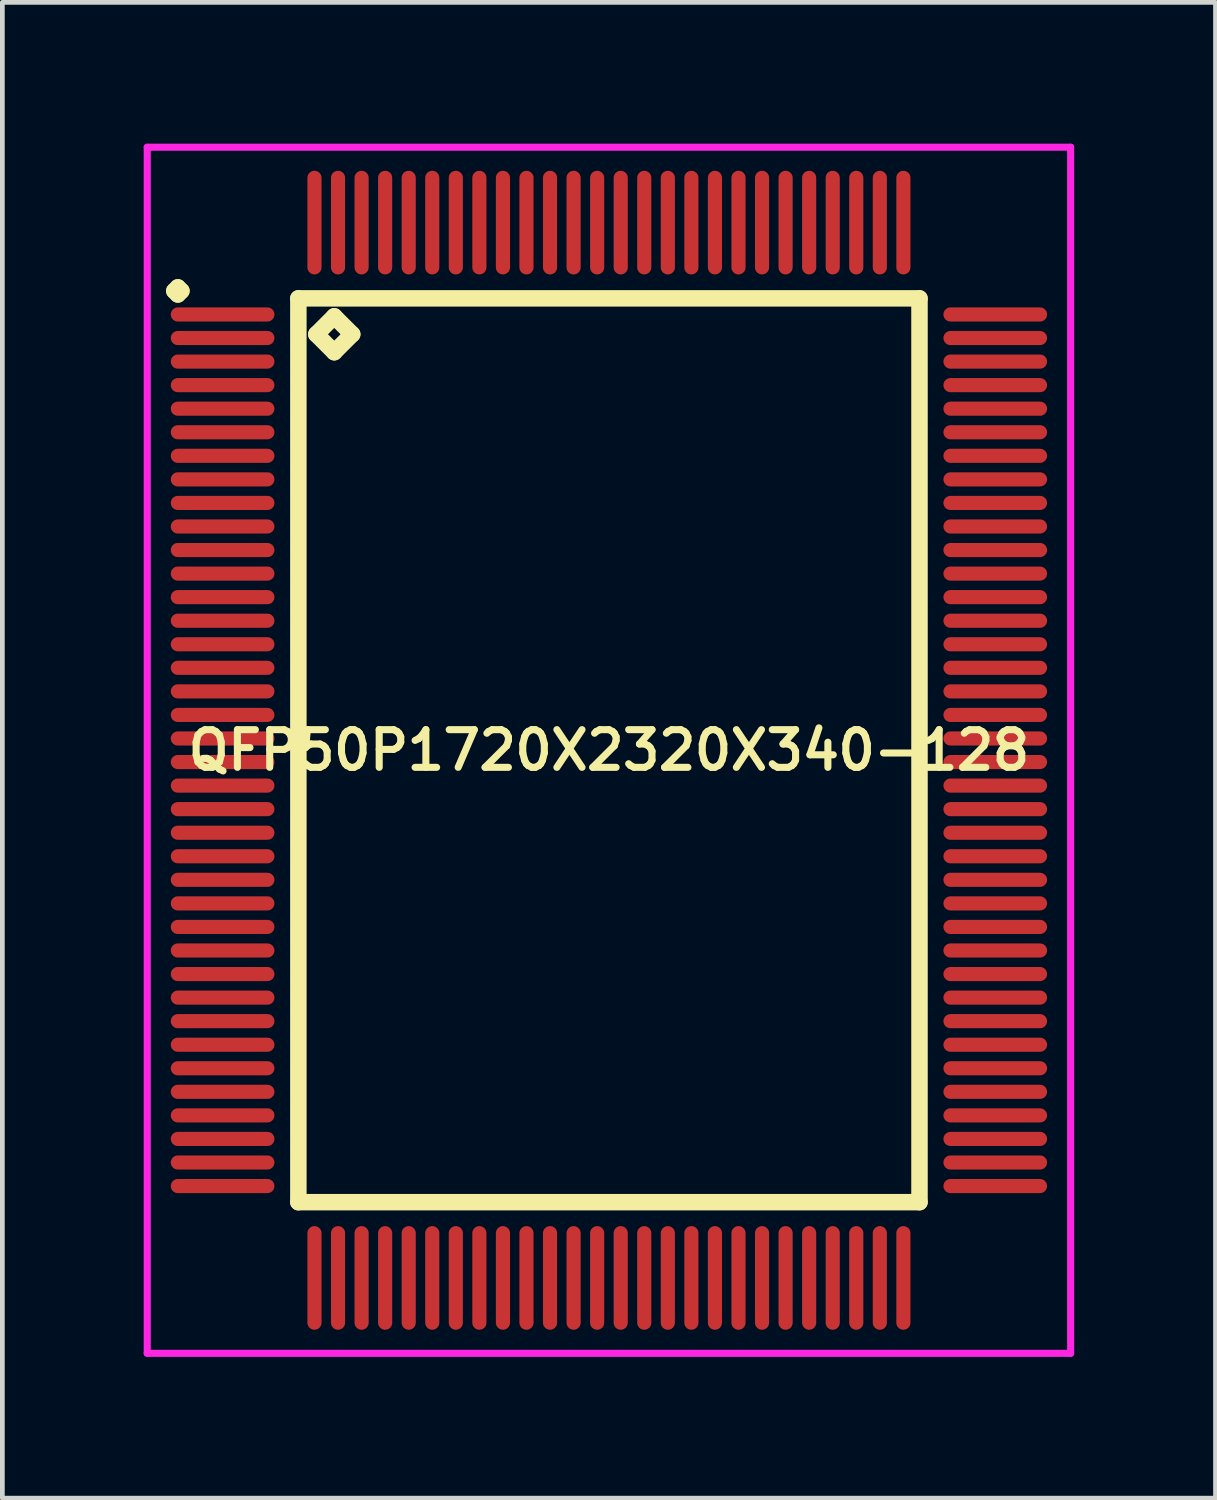
<source format=kicad_pcb>
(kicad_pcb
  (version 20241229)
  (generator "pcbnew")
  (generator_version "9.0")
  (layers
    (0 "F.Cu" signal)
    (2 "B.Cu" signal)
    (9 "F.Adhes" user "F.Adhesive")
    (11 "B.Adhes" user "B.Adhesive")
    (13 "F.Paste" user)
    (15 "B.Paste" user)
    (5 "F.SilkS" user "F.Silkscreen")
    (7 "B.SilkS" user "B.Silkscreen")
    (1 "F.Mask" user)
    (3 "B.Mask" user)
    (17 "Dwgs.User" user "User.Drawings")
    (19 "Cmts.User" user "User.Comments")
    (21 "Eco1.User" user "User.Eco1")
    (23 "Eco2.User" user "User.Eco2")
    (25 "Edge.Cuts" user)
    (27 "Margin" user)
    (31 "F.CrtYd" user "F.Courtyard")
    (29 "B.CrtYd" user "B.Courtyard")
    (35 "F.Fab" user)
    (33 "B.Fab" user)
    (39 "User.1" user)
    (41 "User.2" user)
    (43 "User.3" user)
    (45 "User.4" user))
  (footprint "QFP50P1720X2320X340-128"
    (layer "F.Cu")
    (at 9.875 12.875)
    (property "Reference" "QFP50P1720X2320X340-128" (at 0 0 0) (layer "F.SilkS") (effects (font (size 0.8 0.8) (thickness 0.15))))
    (attr through_hole)
    (fp_line (start -9.225 -9.75) (end -9.15 -9.825) (stroke (width 0.35) (type solid)) (layer "F.SilkS"))
    (fp_line (start -9.15 -9.825) (end -9.075 -9.75) (stroke (width 0.35) (type solid)) (layer "F.SilkS"))
    (fp_line (start -9.15 -9.675) (end -9.225 -9.75) (stroke (width 0.35) (type solid)) (layer "F.SilkS"))
    (fp_line (start -9.075 -9.75) (end -9.15 -9.675) (stroke (width 0.35) (type solid)) (layer "F.SilkS"))
    (fp_line (start -6.592 -9.592) (end -6.592 9.592) (stroke (width 0.35) (type solid)) (layer "F.SilkS"))
    (fp_line (start -6.592 9.592) (end 6.592 9.592) (stroke (width 0.35) (type solid)) (layer "F.SilkS"))
    (fp_line (start -6.211 -8.83) (end -5.83 -9.211) (stroke (width 0.35) (type solid)) (layer "F.SilkS"))
    (fp_line (start -5.83 -9.211) (end -5.449 -8.83) (stroke (width 0.35) (type solid)) (layer "F.SilkS"))
    (fp_line (start -5.83 -8.449) (end -6.211 -8.83) (stroke (width 0.35) (type solid)) (layer "F.SilkS"))
    (fp_line (start -5.449 -8.83) (end -5.83 -8.449) (stroke (width 0.35) (type solid)) (layer "F.SilkS"))
    (fp_line (start 6.592 -9.592) (end -6.592 -9.592) (stroke (width 0.35) (type solid)) (layer "F.SilkS"))
    (fp_line (start 6.592 9.592) (end 6.592 -9.592) (stroke (width 0.35) (type solid)) (layer "F.SilkS"))
    (fp_line (start -9.8 -12.8) (end 9.8 -12.8) (stroke (width 0.15) (type solid)) (layer "F.CrtYd"))
    (fp_line (start -9.8 12.8) (end -9.8 -12.8) (stroke (width 0.15) (type solid)) (layer "F.CrtYd"))
    (fp_line (start 9.8 -12.8) (end 9.8 12.8) (stroke (width 0.15) (type solid)) (layer "F.CrtYd"))
    (fp_line (start 9.8 12.8) (end -9.8 12.8) (stroke (width 0.15) (type solid)) (layer "F.CrtYd"))
    (pad "1" smd oval (at -8.2 -9.25) (size 2.2 0.3) (layers "F.Cu" "F.Mask" "F.Paste"))
    (pad "2" smd oval (at -8.2 -8.75) (size 2.2 0.3) (layers "F.Cu" "F.Mask" "F.Paste"))
    (pad "3" smd oval (at -8.2 -8.25) (size 2.2 0.3) (layers "F.Cu" "F.Mask" "F.Paste"))
    (pad "4" smd oval (at -8.2 -7.75) (size 2.2 0.3) (layers "F.Cu" "F.Mask" "F.Paste"))
    (pad "5" smd oval (at -8.2 -7.25) (size 2.2 0.3) (layers "F.Cu" "F.Mask" "F.Paste"))
    (pad "6" smd oval (at -8.2 -6.75) (size 2.2 0.3) (layers "F.Cu" "F.Mask" "F.Paste"))
    (pad "7" smd oval (at -8.2 -6.25) (size 2.2 0.3) (layers "F.Cu" "F.Mask" "F.Paste"))
    (pad "8" smd oval (at -8.2 -5.75) (size 2.2 0.3) (layers "F.Cu" "F.Mask" "F.Paste"))
    (pad "9" smd oval (at -8.2 -5.25) (size 2.2 0.3) (layers "F.Cu" "F.Mask" "F.Paste"))
    (pad "10" smd oval (at -8.2 -4.75) (size 2.2 0.3) (layers "F.Cu" "F.Mask" "F.Paste"))
    (pad "11" smd oval (at -8.2 -4.25) (size 2.2 0.3) (layers "F.Cu" "F.Mask" "F.Paste"))
    (pad "12" smd oval (at -8.2 -3.75) (size 2.2 0.3) (layers "F.Cu" "F.Mask" "F.Paste"))
    (pad "13" smd oval (at -8.2 -3.25) (size 2.2 0.3) (layers "F.Cu" "F.Mask" "F.Paste"))
    (pad "14" smd oval (at -8.2 -2.75) (size 2.2 0.3) (layers "F.Cu" "F.Mask" "F.Paste"))
    (pad "15" smd oval (at -8.2 -2.25) (size 2.2 0.3) (layers "F.Cu" "F.Mask" "F.Paste"))
    (pad "16" smd oval (at -8.2 -1.75) (size 2.2 0.3) (layers "F.Cu" "F.Mask" "F.Paste"))
    (pad "17" smd oval (at -8.2 -1.25) (size 2.2 0.3) (layers "F.Cu" "F.Mask" "F.Paste"))
    (pad "18" smd oval (at -8.2 -0.75) (size 2.2 0.3) (layers "F.Cu" "F.Mask" "F.Paste"))
    (pad "19" smd oval (at -8.2 -0.25) (size 2.2 0.3) (layers "F.Cu" "F.Mask" "F.Paste"))
    (pad "20" smd oval (at -8.2 0.25) (size 2.2 0.3) (layers "F.Cu" "F.Mask" "F.Paste"))
    (pad "21" smd oval (at -8.2 0.75) (size 2.2 0.3) (layers "F.Cu" "F.Mask" "F.Paste"))
    (pad "22" smd oval (at -8.2 1.25) (size 2.2 0.3) (layers "F.Cu" "F.Mask" "F.Paste"))
    (pad "23" smd oval (at -8.2 1.75) (size 2.2 0.3) (layers "F.Cu" "F.Mask" "F.Paste"))
    (pad "24" smd oval (at -8.2 2.25) (size 2.2 0.3) (layers "F.Cu" "F.Mask" "F.Paste"))
    (pad "25" smd oval (at -8.2 2.75) (size 2.2 0.3) (layers "F.Cu" "F.Mask" "F.Paste"))
    (pad "26" smd oval (at -8.2 3.25) (size 2.2 0.3) (layers "F.Cu" "F.Mask" "F.Paste"))
    (pad "27" smd oval (at -8.2 3.75) (size 2.2 0.3) (layers "F.Cu" "F.Mask" "F.Paste"))
    (pad "28" smd oval (at -8.2 4.25) (size 2.2 0.3) (layers "F.Cu" "F.Mask" "F.Paste"))
    (pad "29" smd oval (at -8.2 4.75) (size 2.2 0.3) (layers "F.Cu" "F.Mask" "F.Paste"))
    (pad "30" smd oval (at -8.2 5.25) (size 2.2 0.3) (layers "F.Cu" "F.Mask" "F.Paste"))
    (pad "31" smd oval (at -8.2 5.75) (size 2.2 0.3) (layers "F.Cu" "F.Mask" "F.Paste"))
    (pad "32" smd oval (at -8.2 6.25) (size 2.2 0.3) (layers "F.Cu" "F.Mask" "F.Paste"))
    (pad "33" smd oval (at -8.2 6.75) (size 2.2 0.3) (layers "F.Cu" "F.Mask" "F.Paste"))
    (pad "34" smd oval (at -8.2 7.25) (size 2.2 0.3) (layers "F.Cu" "F.Mask" "F.Paste"))
    (pad "35" smd oval (at -8.2 7.75) (size 2.2 0.3) (layers "F.Cu" "F.Mask" "F.Paste"))
    (pad "36" smd oval (at -8.2 8.25) (size 2.2 0.3) (layers "F.Cu" "F.Mask" "F.Paste"))
    (pad "37" smd oval (at -8.2 8.75) (size 2.2 0.3) (layers "F.Cu" "F.Mask" "F.Paste"))
    (pad "38" smd oval (at -8.2 9.25) (size 2.2 0.3) (layers "F.Cu" "F.Mask" "F.Paste"))
    (pad "39" smd oval (at -6.25 11.2) (size 0.3 2.2) (layers "F.Cu" "F.Mask" "F.Paste"))
    (pad "40" smd oval (at -5.75 11.2) (size 0.3 2.2) (layers "F.Cu" "F.Mask" "F.Paste"))
    (pad "41" smd oval (at -5.25 11.2) (size 0.3 2.2) (layers "F.Cu" "F.Mask" "F.Paste"))
    (pad "42" smd oval (at -4.75 11.2) (size 0.3 2.2) (layers "F.Cu" "F.Mask" "F.Paste"))
    (pad "43" smd oval (at -4.25 11.2) (size 0.3 2.2) (layers "F.Cu" "F.Mask" "F.Paste"))
    (pad "44" smd oval (at -3.75 11.2) (size 0.3 2.2) (layers "F.Cu" "F.Mask" "F.Paste"))
    (pad "45" smd oval (at -3.25 11.2) (size 0.3 2.2) (layers "F.Cu" "F.Mask" "F.Paste"))
    (pad "46" smd oval (at -2.75 11.2) (size 0.3 2.2) (layers "F.Cu" "F.Mask" "F.Paste"))
    (pad "47" smd oval (at -2.25 11.2) (size 0.3 2.2) (layers "F.Cu" "F.Mask" "F.Paste"))
    (pad "48" smd oval (at -1.75 11.2) (size 0.3 2.2) (layers "F.Cu" "F.Mask" "F.Paste"))
    (pad "49" smd oval (at -1.25 11.2) (size 0.3 2.2) (layers "F.Cu" "F.Mask" "F.Paste"))
    (pad "50" smd oval (at -0.75 11.2) (size 0.3 2.2) (layers "F.Cu" "F.Mask" "F.Paste"))
    (pad "51" smd oval (at -0.25 11.2) (size 0.3 2.2) (layers "F.Cu" "F.Mask" "F.Paste"))
    (pad "52" smd oval (at 0.25 11.2) (size 0.3 2.2) (layers "F.Cu" "F.Mask" "F.Paste"))
    (pad "53" smd oval (at 0.75 11.2) (size 0.3 2.2) (layers "F.Cu" "F.Mask" "F.Paste"))
    (pad "54" smd oval (at 1.25 11.2) (size 0.3 2.2) (layers "F.Cu" "F.Mask" "F.Paste"))
    (pad "55" smd oval (at 1.75 11.2) (size 0.3 2.2) (layers "F.Cu" "F.Mask" "F.Paste"))
    (pad "56" smd oval (at 2.25 11.2) (size 0.3 2.2) (layers "F.Cu" "F.Mask" "F.Paste"))
    (pad "57" smd oval (at 2.75 11.2) (size 0.3 2.2) (layers "F.Cu" "F.Mask" "F.Paste"))
    (pad "58" smd oval (at 3.25 11.2) (size 0.3 2.2) (layers "F.Cu" "F.Mask" "F.Paste"))
    (pad "59" smd oval (at 3.75 11.2) (size 0.3 2.2) (layers "F.Cu" "F.Mask" "F.Paste"))
    (pad "60" smd oval (at 4.25 11.2) (size 0.3 2.2) (layers "F.Cu" "F.Mask" "F.Paste"))
    (pad "61" smd oval (at 4.75 11.2) (size 0.3 2.2) (layers "F.Cu" "F.Mask" "F.Paste"))
    (pad "62" smd oval (at 5.25 11.2) (size 0.3 2.2) (layers "F.Cu" "F.Mask" "F.Paste"))
    (pad "63" smd oval (at 5.75 11.2) (size 0.3 2.2) (layers "F.Cu" "F.Mask" "F.Paste"))
    (pad "64" smd oval (at 6.25 11.2) (size 0.3 2.2) (layers "F.Cu" "F.Mask" "F.Paste"))
    (pad "65" smd oval (at 8.2 9.25) (size 2.2 0.3) (layers "F.Cu" "F.Mask" "F.Paste"))
    (pad "66" smd oval (at 8.2 8.75) (size 2.2 0.3) (layers "F.Cu" "F.Mask" "F.Paste"))
    (pad "67" smd oval (at 8.2 8.25) (size 2.2 0.3) (layers "F.Cu" "F.Mask" "F.Paste"))
    (pad "68" smd oval (at 8.2 7.75) (size 2.2 0.3) (layers "F.Cu" "F.Mask" "F.Paste"))
    (pad "69" smd oval (at 8.2 7.25) (size 2.2 0.3) (layers "F.Cu" "F.Mask" "F.Paste"))
    (pad "70" smd oval (at 8.2 6.75) (size 2.2 0.3) (layers "F.Cu" "F.Mask" "F.Paste"))
    (pad "71" smd oval (at 8.2 6.25) (size 2.2 0.3) (layers "F.Cu" "F.Mask" "F.Paste"))
    (pad "72" smd oval (at 8.2 5.75) (size 2.2 0.3) (layers "F.Cu" "F.Mask" "F.Paste"))
    (pad "73" smd oval (at 8.2 5.25) (size 2.2 0.3) (layers "F.Cu" "F.Mask" "F.Paste"))
    (pad "74" smd oval (at 8.2 4.75) (size 2.2 0.3) (layers "F.Cu" "F.Mask" "F.Paste"))
    (pad "75" smd oval (at 8.2 4.25) (size 2.2 0.3) (layers "F.Cu" "F.Mask" "F.Paste"))
    (pad "76" smd oval (at 8.2 3.75) (size 2.2 0.3) (layers "F.Cu" "F.Mask" "F.Paste"))
    (pad "77" smd oval (at 8.2 3.25) (size 2.2 0.3) (layers "F.Cu" "F.Mask" "F.Paste"))
    (pad "78" smd oval (at 8.2 2.75) (size 2.2 0.3) (layers "F.Cu" "F.Mask" "F.Paste"))
    (pad "79" smd oval (at 8.2 2.25) (size 2.2 0.3) (layers "F.Cu" "F.Mask" "F.Paste"))
    (pad "80" smd oval (at 8.2 1.75) (size 2.2 0.3) (layers "F.Cu" "F.Mask" "F.Paste"))
    (pad "81" smd oval (at 8.2 1.25) (size 2.2 0.3) (layers "F.Cu" "F.Mask" "F.Paste"))
    (pad "82" smd oval (at 8.2 0.75) (size 2.2 0.3) (layers "F.Cu" "F.Mask" "F.Paste"))
    (pad "83" smd oval (at 8.2 0.25) (size 2.2 0.3) (layers "F.Cu" "F.Mask" "F.Paste"))
    (pad "84" smd oval (at 8.2 -0.25) (size 2.2 0.3) (layers "F.Cu" "F.Mask" "F.Paste"))
    (pad "85" smd oval (at 8.2 -0.75) (size 2.2 0.3) (layers "F.Cu" "F.Mask" "F.Paste"))
    (pad "86" smd oval (at 8.2 -1.25) (size 2.2 0.3) (layers "F.Cu" "F.Mask" "F.Paste"))
    (pad "87" smd oval (at 8.2 -1.75) (size 2.2 0.3) (layers "F.Cu" "F.Mask" "F.Paste"))
    (pad "88" smd oval (at 8.2 -2.25) (size 2.2 0.3) (layers "F.Cu" "F.Mask" "F.Paste"))
    (pad "89" smd oval (at 8.2 -2.75) (size 2.2 0.3) (layers "F.Cu" "F.Mask" "F.Paste"))
    (pad "90" smd oval (at 8.2 -3.25) (size 2.2 0.3) (layers "F.Cu" "F.Mask" "F.Paste"))
    (pad "91" smd oval (at 8.2 -3.75) (size 2.2 0.3) (layers "F.Cu" "F.Mask" "F.Paste"))
    (pad "92" smd oval (at 8.2 -4.25) (size 2.2 0.3) (layers "F.Cu" "F.Mask" "F.Paste"))
    (pad "93" smd oval (at 8.2 -4.75) (size 2.2 0.3) (layers "F.Cu" "F.Mask" "F.Paste"))
    (pad "94" smd oval (at 8.2 -5.25) (size 2.2 0.3) (layers "F.Cu" "F.Mask" "F.Paste"))
    (pad "95" smd oval (at 8.2 -5.75) (size 2.2 0.3) (layers "F.Cu" "F.Mask" "F.Paste"))
    (pad "96" smd oval (at 8.2 -6.25) (size 2.2 0.3) (layers "F.Cu" "F.Mask" "F.Paste"))
    (pad "97" smd oval (at 8.2 -6.75) (size 2.2 0.3) (layers "F.Cu" "F.Mask" "F.Paste"))
    (pad "98" smd oval (at 8.2 -7.25) (size 2.2 0.3) (layers "F.Cu" "F.Mask" "F.Paste"))
    (pad "99" smd oval (at 8.2 -7.75) (size 2.2 0.3) (layers "F.Cu" "F.Mask" "F.Paste"))
    (pad "100" smd oval (at 8.2 -8.25) (size 2.2 0.3) (layers "F.Cu" "F.Mask" "F.Paste"))
    (pad "101" smd oval (at 8.2 -8.75) (size 2.2 0.3) (layers "F.Cu" "F.Mask" "F.Paste"))
    (pad "102" smd oval (at 8.2 -9.25) (size 2.2 0.3) (layers "F.Cu" "F.Mask" "F.Paste"))
    (pad "103" smd oval (at 6.25 -11.2) (size 0.3 2.2) (layers "F.Cu" "F.Mask" "F.Paste"))
    (pad "104" smd oval (at 5.75 -11.2) (size 0.3 2.2) (layers "F.Cu" "F.Mask" "F.Paste"))
    (pad "105" smd oval (at 5.25 -11.2) (size 0.3 2.2) (layers "F.Cu" "F.Mask" "F.Paste"))
    (pad "106" smd oval (at 4.75 -11.2) (size 0.3 2.2) (layers "F.Cu" "F.Mask" "F.Paste"))
    (pad "107" smd oval (at 4.25 -11.2) (size 0.3 2.2) (layers "F.Cu" "F.Mask" "F.Paste"))
    (pad "108" smd oval (at 3.75 -11.2) (size 0.3 2.2) (layers "F.Cu" "F.Mask" "F.Paste"))
    (pad "109" smd oval (at 3.25 -11.2) (size 0.3 2.2) (layers "F.Cu" "F.Mask" "F.Paste"))
    (pad "110" smd oval (at 2.75 -11.2) (size 0.3 2.2) (layers "F.Cu" "F.Mask" "F.Paste"))
    (pad "111" smd oval (at 2.25 -11.2) (size 0.3 2.2) (layers "F.Cu" "F.Mask" "F.Paste"))
    (pad "112" smd oval (at 1.75 -11.2) (size 0.3 2.2) (layers "F.Cu" "F.Mask" "F.Paste"))
    (pad "113" smd oval (at 1.25 -11.2) (size 0.3 2.2) (layers "F.Cu" "F.Mask" "F.Paste"))
    (pad "114" smd oval (at 0.75 -11.2) (size 0.3 2.2) (layers "F.Cu" "F.Mask" "F.Paste"))
    (pad "115" smd oval (at 0.25 -11.2) (size 0.3 2.2) (layers "F.Cu" "F.Mask" "F.Paste"))
    (pad "116" smd oval (at -0.25 -11.2) (size 0.3 2.2) (layers "F.Cu" "F.Mask" "F.Paste"))
    (pad "117" smd oval (at -0.75 -11.2) (size 0.3 2.2) (layers "F.Cu" "F.Mask" "F.Paste"))
    (pad "118" smd oval (at -1.25 -11.2) (size 0.3 2.2) (layers "F.Cu" "F.Mask" "F.Paste"))
    (pad "119" smd oval (at -1.75 -11.2) (size 0.3 2.2) (layers "F.Cu" "F.Mask" "F.Paste"))
    (pad "120" smd oval (at -2.25 -11.2) (size 0.3 2.2) (layers "F.Cu" "F.Mask" "F.Paste"))
    (pad "121" smd oval (at -2.75 -11.2) (size 0.3 2.2) (layers "F.Cu" "F.Mask" "F.Paste"))
    (pad "122" smd oval (at -3.25 -11.2) (size 0.3 2.2) (layers "F.Cu" "F.Mask" "F.Paste"))
    (pad "123" smd oval (at -3.75 -11.2) (size 0.3 2.2) (layers "F.Cu" "F.Mask" "F.Paste"))
    (pad "124" smd oval (at -4.25 -11.2) (size 0.3 2.2) (layers "F.Cu" "F.Mask" "F.Paste"))
    (pad "125" smd oval (at -4.75 -11.2) (size 0.3 2.2) (layers "F.Cu" "F.Mask" "F.Paste"))
    (pad "126" smd oval (at -5.25 -11.2) (size 0.3 2.2) (layers "F.Cu" "F.Mask" "F.Paste"))
    (pad "127" smd oval (at -5.75 -11.2) (size 0.3 2.2) (layers "F.Cu" "F.Mask" "F.Paste"))
    (pad "128" smd oval (at -6.25 -11.2) (size 0.3 2.2) (layers "F.Cu" "F.Mask" "F.Paste")))
  (gr_rect
    (start -3 -3)
    (end 22.75 28.75)
    (stroke (width 0.1) (type default))
    (fill no)
    (layer "Edge.Cuts")))
</source>
